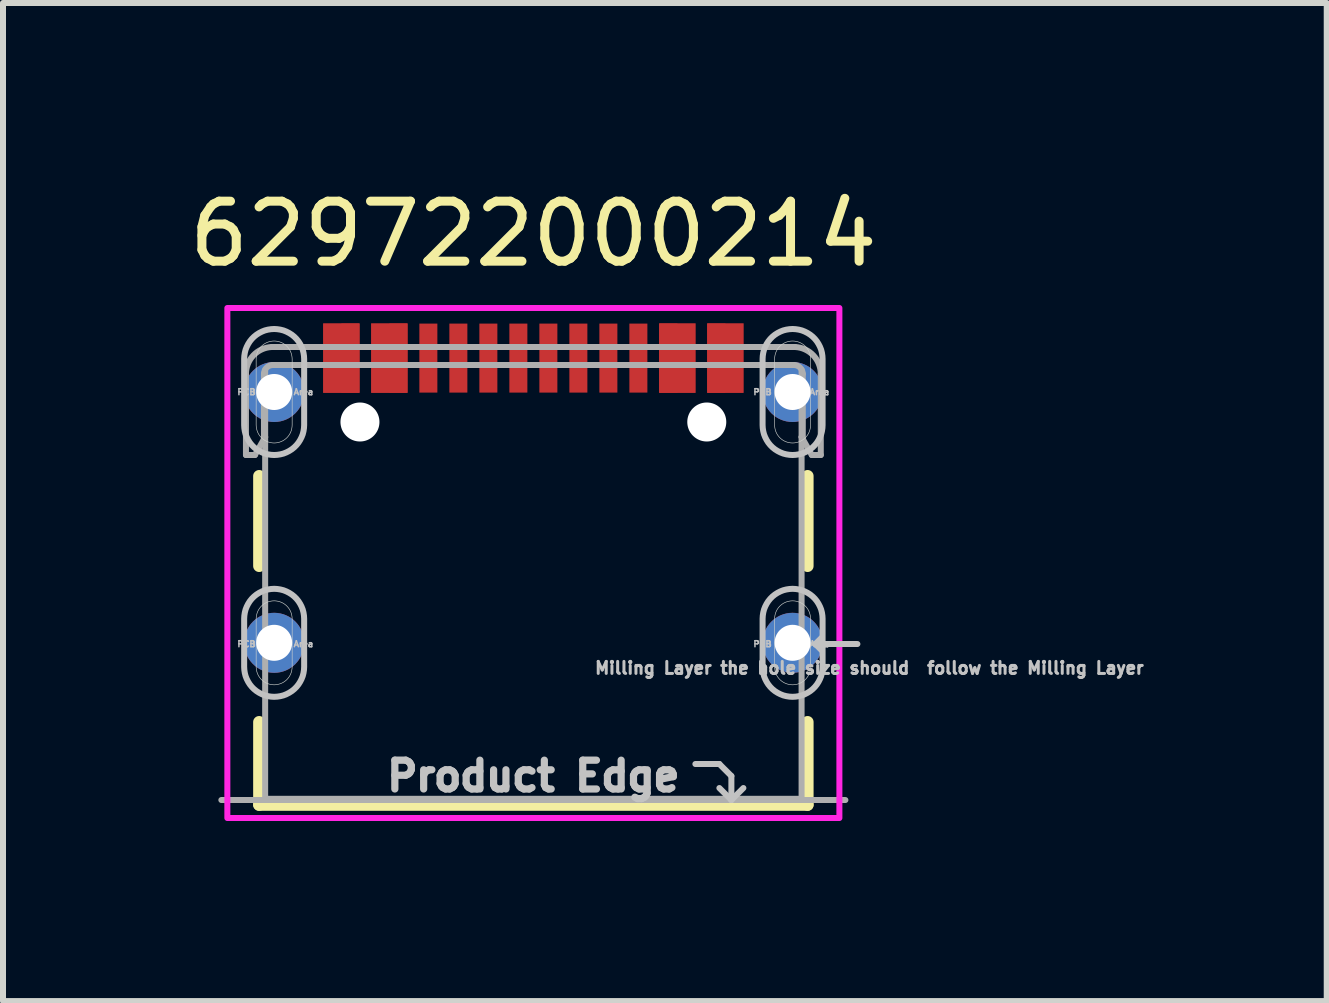
<source format=kicad_pcb>
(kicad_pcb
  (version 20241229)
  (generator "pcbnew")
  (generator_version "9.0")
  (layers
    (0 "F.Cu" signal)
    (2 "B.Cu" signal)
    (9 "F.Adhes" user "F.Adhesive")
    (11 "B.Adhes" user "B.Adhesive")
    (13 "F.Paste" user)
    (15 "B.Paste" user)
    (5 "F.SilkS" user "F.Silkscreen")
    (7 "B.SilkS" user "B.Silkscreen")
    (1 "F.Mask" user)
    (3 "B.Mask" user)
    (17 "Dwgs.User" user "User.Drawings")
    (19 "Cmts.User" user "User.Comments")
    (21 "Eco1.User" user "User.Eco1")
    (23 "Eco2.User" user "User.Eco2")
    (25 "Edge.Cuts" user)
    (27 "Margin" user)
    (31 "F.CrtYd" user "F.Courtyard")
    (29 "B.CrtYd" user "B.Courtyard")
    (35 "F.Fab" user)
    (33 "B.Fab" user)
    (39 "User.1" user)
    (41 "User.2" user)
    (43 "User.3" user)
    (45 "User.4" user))
  (footprint "629722000214"
    (layer "F.Cu")
    (at 5.839 7.663)
    (property "Reference" "629722000214" (at 0 -6.815 0) (layer "F.SilkS") (effects (font (size 1 1) (thickness 0.15))))
    (attr through_hole)
    (fp_poly (pts (xy -3.6 -5.42) (xy -3.6 -4.07) (xy -2.8 -4.07) (xy -2.8 -5.42)) (stroke (width 0.01) (type solid)) (fill yes) (layer "F.Mask"))
    (fp_poly (pts (xy -2.8 -5.42) (xy -2.8 -4.07) (xy -2 -4.07) (xy -2 -5.42)) (stroke (width 0.01) (type solid)) (fill yes) (layer "F.Mask"))
    (fp_poly (pts (xy 2 -5.42) (xy 2 -4.07) (xy 2.8 -4.07) (xy 2.8 -5.42)) (stroke (width 0.01) (type solid)) (fill yes) (layer "F.Mask"))
    (fp_poly (pts (xy 2.8 -5.42) (xy 2.8 -4.07) (xy 3.6 -4.07) (xy 3.6 -5.42)) (stroke (width 0.01) (type solid)) (fill yes) (layer "F.Mask"))
    (fp_poly (pts (xy -3.72 -3.63) (xy -3.723 -3.567) (xy -3.733 -3.505) (xy -3.749 -3.445) (xy -3.772 -3.386) (xy -3.8 -3.33) (xy -3.835 -3.277) (xy -3.874 -3.229) (xy -3.919 -3.184) (xy -3.967 -3.145) (xy -4.02 -3.11) (xy -4.076 -3.082) (xy -4.135 -3.059) (xy -4.195 -3.043) (xy -4.257 -3.033) (xy -4.32 -3.03) (xy -4.383 -3.033) (xy -4.445 -3.043) (xy -4.505 -3.059) (xy -4.564 -3.082) (xy -4.62 -3.11) (xy -4.673 -3.145) (xy -4.721 -3.184) (xy -4.766 -3.229) (xy -4.805 -3.277) (xy -4.84 -3.33) (xy -4.868 -3.386) (xy -4.891 -3.445) (xy -4.907 -3.505) (xy -4.917 -3.567) (xy -4.92 -3.63) (xy -4.92 -4.73) (xy -4.917 -4.793) (xy -4.907 -4.855) (xy -4.891 -4.915) (xy -4.868 -4.974) (xy -4.84 -5.03) (xy -4.805 -5.083) (xy -4.766 -5.131) (xy -4.721 -5.176) (xy -4.673 -5.215) (xy -4.62 -5.25) (xy -4.564 -5.278) (xy -4.505 -5.301) (xy -4.445 -5.317) (xy -4.383 -5.327) (xy -4.32 -5.33) (xy -4.257 -5.327) (xy -4.195 -5.317) (xy -4.135 -5.301) (xy -4.076 -5.278) (xy -4.02 -5.25) (xy -3.967 -5.215) (xy -3.919 -5.176) (xy -3.874 -5.131) (xy -3.835 -5.083) (xy -3.8 -5.03) (xy -3.772 -4.974) (xy -3.749 -4.915) (xy -3.733 -4.855) (xy -3.723 -4.793) (xy -3.72 -4.73) (xy -3.72 -3.63)) (stroke (width 0.1) (type solid)) (fill yes) (layer "F.Mask"))
    (fp_poly (pts (xy -3.72 0.4) (xy -3.723 0.463) (xy -3.733 0.525) (xy -3.749 0.585) (xy -3.772 0.644) (xy -3.8 0.7) (xy -3.835 0.753) (xy -3.874 0.801) (xy -3.919 0.846) (xy -3.967 0.885) (xy -4.02 0.92) (xy -4.076 0.948) (xy -4.135 0.971) (xy -4.195 0.987) (xy -4.257 0.997) (xy -4.32 1) (xy -4.383 0.997) (xy -4.445 0.987) (xy -4.505 0.971) (xy -4.564 0.948) (xy -4.62 0.92) (xy -4.673 0.885) (xy -4.721 0.846) (xy -4.766 0.801) (xy -4.805 0.753) (xy -4.84 0.7) (xy -4.868 0.644) (xy -4.891 0.585) (xy -4.907 0.525) (xy -4.917 0.463) (xy -4.92 0.4) (xy -4.92 -0.4) (xy -4.917 -0.463) (xy -4.907 -0.525) (xy -4.891 -0.585) (xy -4.868 -0.644) (xy -4.84 -0.7) (xy -4.805 -0.753) (xy -4.766 -0.801) (xy -4.721 -0.846) (xy -4.673 -0.885) (xy -4.62 -0.92) (xy -4.564 -0.948) (xy -4.505 -0.971) (xy -4.445 -0.987) (xy -4.383 -0.997) (xy -4.32 -1) (xy -4.257 -0.997) (xy -4.195 -0.987) (xy -4.135 -0.971) (xy -4.076 -0.948) (xy -4.02 -0.92) (xy -3.967 -0.885) (xy -3.919 -0.846) (xy -3.874 -0.801) (xy -3.835 -0.753) (xy -3.8 -0.7) (xy -3.772 -0.644) (xy -3.749 -0.585) (xy -3.733 -0.525) (xy -3.723 -0.463) (xy -3.72 -0.4) (xy -3.72 0.4)) (stroke (width 0.1) (type solid)) (fill yes) (layer "F.Mask"))
    (fp_poly (pts (xy 3.72 -3.63) (xy 3.723 -3.567) (xy 3.733 -3.505) (xy 3.749 -3.445) (xy 3.772 -3.386) (xy 3.8 -3.33) (xy 3.835 -3.277) (xy 3.874 -3.229) (xy 3.919 -3.184) (xy 3.967 -3.145) (xy 4.02 -3.11) (xy 4.076 -3.082) (xy 4.135 -3.059) (xy 4.195 -3.043) (xy 4.257 -3.033) (xy 4.32 -3.03) (xy 4.383 -3.033) (xy 4.445 -3.043) (xy 4.505 -3.059) (xy 4.564 -3.082) (xy 4.62 -3.11) (xy 4.673 -3.145) (xy 4.721 -3.184) (xy 4.766 -3.229) (xy 4.805 -3.277) (xy 4.84 -3.33) (xy 4.868 -3.386) (xy 4.891 -3.445) (xy 4.907 -3.505) (xy 4.917 -3.567) (xy 4.92 -3.63) (xy 4.92 -4.73) (xy 4.917 -4.793) (xy 4.907 -4.855) (xy 4.891 -4.915) (xy 4.868 -4.974) (xy 4.84 -5.03) (xy 4.805 -5.083) (xy 4.766 -5.131) (xy 4.721 -5.176) (xy 4.673 -5.215) (xy 4.62 -5.25) (xy 4.564 -5.278) (xy 4.505 -5.301) (xy 4.445 -5.317) (xy 4.383 -5.327) (xy 4.32 -5.33) (xy 4.257 -5.327) (xy 4.195 -5.317) (xy 4.135 -5.301) (xy 4.076 -5.278) (xy 4.02 -5.25) (xy 3.967 -5.215) (xy 3.919 -5.176) (xy 3.874 -5.131) (xy 3.835 -5.083) (xy 3.8 -5.03) (xy 3.772 -4.974) (xy 3.749 -4.915) (xy 3.733 -4.855) (xy 3.723 -4.793) (xy 3.72 -4.73) (xy 3.72 -3.63)) (stroke (width 0.1) (type solid)) (fill yes) (layer "F.Mask"))
    (fp_poly (pts (xy 3.72 0.4) (xy 3.723 0.463) (xy 3.733 0.525) (xy 3.749 0.585) (xy 3.772 0.644) (xy 3.8 0.7) (xy 3.835 0.753) (xy 3.874 0.801) (xy 3.919 0.846) (xy 3.967 0.885) (xy 4.02 0.92) (xy 4.076 0.948) (xy 4.135 0.971) (xy 4.195 0.987) (xy 4.257 0.997) (xy 4.32 1) (xy 4.383 0.997) (xy 4.445 0.987) (xy 4.505 0.971) (xy 4.564 0.948) (xy 4.62 0.92) (xy 4.673 0.885) (xy 4.721 0.846) (xy 4.766 0.801) (xy 4.805 0.753) (xy 4.84 0.7) (xy 4.868 0.644) (xy 4.891 0.585) (xy 4.907 0.525) (xy 4.917 0.463) (xy 4.92 0.4) (xy 4.92 -0.4) (xy 4.917 -0.463) (xy 4.907 -0.525) (xy 4.891 -0.585) (xy 4.868 -0.644) (xy 4.84 -0.7) (xy 4.805 -0.753) (xy 4.766 -0.801) (xy 4.721 -0.846) (xy 4.673 -0.885) (xy 4.62 -0.92) (xy 4.564 -0.948) (xy 4.505 -0.971) (xy 4.445 -0.987) (xy 4.383 -0.997) (xy 4.32 -1) (xy 4.257 -0.997) (xy 4.195 -0.987) (xy 4.135 -0.971) (xy 4.076 -0.948) (xy 4.02 -0.92) (xy 3.967 -0.885) (xy 3.919 -0.846) (xy 3.874 -0.801) (xy 3.835 -0.753) (xy 3.8 -0.7) (xy 3.772 -0.644) (xy 3.749 -0.585) (xy 3.733 -0.525) (xy 3.723 -0.463) (xy 3.72 -0.4) (xy 3.72 0.4)) (stroke (width 0.1) (type solid)) (fill yes) (layer "F.Mask"))
    (fp_poly (pts (xy -3.72 -3.63) (xy -3.723 -3.567) (xy -3.733 -3.505) (xy -3.749 -3.445) (xy -3.772 -3.386) (xy -3.8 -3.33) (xy -3.835 -3.277) (xy -3.874 -3.229) (xy -3.919 -3.184) (xy -3.967 -3.145) (xy -4.02 -3.11) (xy -4.076 -3.082) (xy -4.135 -3.059) (xy -4.195 -3.043) (xy -4.257 -3.033) (xy -4.32 -3.03) (xy -4.383 -3.033) (xy -4.445 -3.043) (xy -4.505 -3.059) (xy -4.564 -3.082) (xy -4.62 -3.11) (xy -4.673 -3.145) (xy -4.721 -3.184) (xy -4.766 -3.229) (xy -4.805 -3.277) (xy -4.84 -3.33) (xy -4.868 -3.386) (xy -4.891 -3.445) (xy -4.907 -3.505) (xy -4.917 -3.567) (xy -4.92 -3.63) (xy -4.92 -4.73) (xy -4.917 -4.793) (xy -4.907 -4.855) (xy -4.891 -4.915) (xy -4.868 -4.974) (xy -4.84 -5.03) (xy -4.805 -5.083) (xy -4.766 -5.131) (xy -4.721 -5.176) (xy -4.673 -5.215) (xy -4.62 -5.25) (xy -4.564 -5.278) (xy -4.505 -5.301) (xy -4.445 -5.317) (xy -4.383 -5.327) (xy -4.32 -5.33) (xy -4.257 -5.327) (xy -4.195 -5.317) (xy -4.135 -5.301) (xy -4.076 -5.278) (xy -4.02 -5.25) (xy -3.967 -5.215) (xy -3.919 -5.176) (xy -3.874 -5.131) (xy -3.835 -5.083) (xy -3.8 -5.03) (xy -3.772 -4.974) (xy -3.749 -4.915) (xy -3.733 -4.855) (xy -3.723 -4.793) (xy -3.72 -4.73) (xy -3.72 -3.63)) (stroke (width 0.1) (type solid)) (fill yes) (layer "B.Mask"))
    (fp_poly (pts (xy -3.72 0.4) (xy -3.723 0.463) (xy -3.733 0.525) (xy -3.749 0.585) (xy -3.772 0.644) (xy -3.8 0.7) (xy -3.835 0.753) (xy -3.874 0.801) (xy -3.919 0.846) (xy -3.967 0.885) (xy -4.02 0.92) (xy -4.076 0.948) (xy -4.135 0.971) (xy -4.195 0.987) (xy -4.257 0.997) (xy -4.32 1) (xy -4.383 0.997) (xy -4.445 0.987) (xy -4.505 0.971) (xy -4.564 0.948) (xy -4.62 0.92) (xy -4.673 0.885) (xy -4.721 0.846) (xy -4.766 0.801) (xy -4.805 0.753) (xy -4.84 0.7) (xy -4.868 0.644) (xy -4.891 0.585) (xy -4.907 0.525) (xy -4.917 0.463) (xy -4.92 0.4) (xy -4.92 -0.4) (xy -4.917 -0.463) (xy -4.907 -0.525) (xy -4.891 -0.585) (xy -4.868 -0.644) (xy -4.84 -0.7) (xy -4.805 -0.753) (xy -4.766 -0.801) (xy -4.721 -0.846) (xy -4.673 -0.885) (xy -4.62 -0.92) (xy -4.564 -0.948) (xy -4.505 -0.971) (xy -4.445 -0.987) (xy -4.383 -0.997) (xy -4.32 -1) (xy -4.257 -0.997) (xy -4.195 -0.987) (xy -4.135 -0.971) (xy -4.076 -0.948) (xy -4.02 -0.92) (xy -3.967 -0.885) (xy -3.919 -0.846) (xy -3.874 -0.801) (xy -3.835 -0.753) (xy -3.8 -0.7) (xy -3.772 -0.644) (xy -3.749 -0.585) (xy -3.733 -0.525) (xy -3.723 -0.463) (xy -3.72 -0.4) (xy -3.72 0.4)) (stroke (width 0.1) (type solid)) (fill yes) (layer "B.Mask"))
    (fp_poly (pts (xy 3.72 -3.63) (xy 3.723 -3.567) (xy 3.733 -3.505) (xy 3.749 -3.445) (xy 3.772 -3.386) (xy 3.8 -3.33) (xy 3.835 -3.277) (xy 3.874 -3.229) (xy 3.919 -3.184) (xy 3.967 -3.145) (xy 4.02 -3.11) (xy 4.076 -3.082) (xy 4.135 -3.059) (xy 4.195 -3.043) (xy 4.257 -3.033) (xy 4.32 -3.03) (xy 4.383 -3.033) (xy 4.445 -3.043) (xy 4.505 -3.059) (xy 4.564 -3.082) (xy 4.62 -3.11) (xy 4.673 -3.145) (xy 4.721 -3.184) (xy 4.766 -3.229) (xy 4.805 -3.277) (xy 4.84 -3.33) (xy 4.868 -3.386) (xy 4.891 -3.445) (xy 4.907 -3.505) (xy 4.917 -3.567) (xy 4.92 -3.63) (xy 4.92 -4.73) (xy 4.917 -4.793) (xy 4.907 -4.855) (xy 4.891 -4.915) (xy 4.868 -4.974) (xy 4.84 -5.03) (xy 4.805 -5.083) (xy 4.766 -5.131) (xy 4.721 -5.176) (xy 4.673 -5.215) (xy 4.62 -5.25) (xy 4.564 -5.278) (xy 4.505 -5.301) (xy 4.445 -5.317) (xy 4.383 -5.327) (xy 4.32 -5.33) (xy 4.257 -5.327) (xy 4.195 -5.317) (xy 4.135 -5.301) (xy 4.076 -5.278) (xy 4.02 -5.25) (xy 3.967 -5.215) (xy 3.919 -5.176) (xy 3.874 -5.131) (xy 3.835 -5.083) (xy 3.8 -5.03) (xy 3.772 -4.974) (xy 3.749 -4.915) (xy 3.733 -4.855) (xy 3.723 -4.793) (xy 3.72 -4.73) (xy 3.72 -3.63)) (stroke (width 0.1) (type solid)) (fill yes) (layer "B.Mask"))
    (fp_poly (pts (xy 3.72 0.4) (xy 3.723 0.463) (xy 3.733 0.525) (xy 3.749 0.585) (xy 3.772 0.644) (xy 3.8 0.7) (xy 3.835 0.753) (xy 3.874 0.801) (xy 3.919 0.846) (xy 3.967 0.885) (xy 4.02 0.92) (xy 4.076 0.948) (xy 4.135 0.971) (xy 4.195 0.987) (xy 4.257 0.997) (xy 4.32 1) (xy 4.383 0.997) (xy 4.445 0.987) (xy 4.505 0.971) (xy 4.564 0.948) (xy 4.62 0.92) (xy 4.673 0.885) (xy 4.721 0.846) (xy 4.766 0.801) (xy 4.805 0.753) (xy 4.84 0.7) (xy 4.868 0.644) (xy 4.891 0.585) (xy 4.907 0.525) (xy 4.917 0.463) (xy 4.92 0.4) (xy 4.92 -0.4) (xy 4.917 -0.463) (xy 4.907 -0.525) (xy 4.891 -0.585) (xy 4.868 -0.644) (xy 4.84 -0.7) (xy 4.805 -0.753) (xy 4.766 -0.801) (xy 4.721 -0.846) (xy 4.673 -0.885) (xy 4.62 -0.92) (xy 4.564 -0.948) (xy 4.505 -0.971) (xy 4.445 -0.987) (xy 4.383 -0.997) (xy 4.32 -1) (xy 4.257 -0.997) (xy 4.195 -0.987) (xy 4.135 -0.971) (xy 4.076 -0.948) (xy 4.02 -0.92) (xy 3.967 -0.885) (xy 3.919 -0.846) (xy 3.874 -0.801) (xy 3.835 -0.753) (xy 3.8 -0.7) (xy 3.772 -0.644) (xy 3.749 -0.585) (xy 3.733 -0.525) (xy 3.723 -0.463) (xy 3.72 -0.4) (xy 3.72 0.4)) (stroke (width 0.1) (type solid)) (fill yes) (layer "B.Mask"))
    (fp_line (start -4.57 -2.78) (end -4.57 -1.28) (stroke (width 0.2) (type solid)) (layer "F.SilkS"))
    (fp_line (start -4.57 1.32) (end -4.57 2.7) (stroke (width 0.2) (type solid)) (layer "F.SilkS"))
    (fp_line (start -4.57 2.7) (end 4.57 2.7) (stroke (width 0.2) (type solid)) (layer "F.SilkS"))
    (fp_line (start 4.57 -1.28) (end 4.57 -2.78) (stroke (width 0.2) (type solid)) (layer "F.SilkS"))
    (fp_line (start 4.57 2.7) (end 4.57 1.32) (stroke (width 0.2) (type solid)) (layer "F.SilkS"))
    (fp_poly (pts (xy -3.5 -5.32) (xy -3.5 -4.17) (xy -2.9 -4.17) (xy -2.9 -5.32)) (stroke (width 0.01) (type solid)) (fill yes) (layer "F.Paste"))
    (fp_poly (pts (xy -2.7 -5.32) (xy -2.7 -4.17) (xy -2.1 -4.17) (xy -2.1 -5.32)) (stroke (width 0.01) (type solid)) (fill yes) (layer "F.Paste"))
    (fp_poly (pts (xy 2.1 -5.32) (xy 2.1 -4.17) (xy 2.7 -4.17) (xy 2.7 -5.32)) (stroke (width 0.01) (type solid)) (fill yes) (layer "F.Paste"))
    (fp_poly (pts (xy 2.9 -5.32) (xy 2.9 -4.17) (xy 3.5 -4.17) (xy 3.5 -5.32)) (stroke (width 0.01) (type solid)) (fill yes) (layer "F.Paste"))
    (fp_line (start 2.7 2.02) (end 3.1 2.02) (stroke (width 0.1) (type solid)) (layer "Dwgs.User"))
    (fp_line (start 3.1 2.02) (end 3.3 2.22) (stroke (width 0.1) (type solid)) (layer "Dwgs.User"))
    (fp_line (start 3.3 2.22) (end 3.3 2.62) (stroke (width 0.1) (type solid)) (layer "Dwgs.User"))
    (fp_line (start 3.3 2.62) (end 3.1 2.42) (stroke (width 0.1) (type solid)) (layer "Dwgs.User"))
    (fp_line (start 3.3 2.62) (end 3.5 2.42) (stroke (width 0.1) (type solid)) (layer "Dwgs.User"))
    (fp_line (start 4.7 0.02) (end 4.8 -0.08) (stroke (width 0.1) (type solid)) (layer "Dwgs.User"))
    (fp_line (start 4.7 0.02) (end 4.8 0.12) (stroke (width 0.1) (type solid)) (layer "Dwgs.User"))
    (fp_line (start 5.4 0.02) (end 4.7 0.02) (stroke (width 0.1) (type solid)) (layer "Dwgs.User"))
    (fp_poly (pts (xy -3.82 -3.63) (xy -3.823 -3.578) (xy -3.831 -3.526) (xy -3.844 -3.475) (xy -3.863 -3.427) (xy -3.887 -3.38) (xy -3.915 -3.336) (xy -3.948 -3.295) (xy -3.985 -3.258) (xy -4.026 -3.225) (xy -4.07 -3.197) (xy -4.117 -3.173) (xy -4.165 -3.154) (xy -4.216 -3.141) (xy -4.268 -3.133) (xy -4.32 -3.13) (xy -4.372 -3.133) (xy -4.424 -3.141) (xy -4.475 -3.154) (xy -4.523 -3.173) (xy -4.57 -3.197) (xy -4.614 -3.225) (xy -4.655 -3.258) (xy -4.692 -3.295) (xy -4.725 -3.336) (xy -4.753 -3.38) (xy -4.777 -3.427) (xy -4.796 -3.475) (xy -4.809 -3.526) (xy -4.817 -3.578) (xy -4.82 -3.63) (xy -4.82 -4.73) (xy -4.817 -4.782) (xy -4.809 -4.834) (xy -4.796 -4.885) (xy -4.777 -4.933) (xy -4.753 -4.98) (xy -4.725 -5.024) (xy -4.692 -5.065) (xy -4.655 -5.102) (xy -4.614 -5.135) (xy -4.57 -5.163) (xy -4.523 -5.187) (xy -4.475 -5.206) (xy -4.424 -5.219) (xy -4.372 -5.227) (xy -4.32 -5.23) (xy -4.268 -5.227) (xy -4.216 -5.219) (xy -4.165 -5.206) (xy -4.117 -5.187) (xy -4.07 -5.163) (xy -4.026 -5.135) (xy -3.985 -5.102) (xy -3.948 -5.065) (xy -3.915 -5.024) (xy -3.887 -4.98) (xy -3.863 -4.933) (xy -3.844 -4.885) (xy -3.831 -4.834) (xy -3.823 -4.782) (xy -3.82 -4.73) (xy -3.82 -3.63)) (stroke (width 0.1) (type solid)) (fill no) (layer "Dwgs.User"))
    (fp_poly (pts (xy -3.82 0.4) (xy -3.823 0.452) (xy -3.831 0.504) (xy -3.844 0.555) (xy -3.863 0.603) (xy -3.887 0.65) (xy -3.915 0.694) (xy -3.948 0.735) (xy -3.985 0.772) (xy -4.026 0.805) (xy -4.07 0.833) (xy -4.117 0.857) (xy -4.165 0.876) (xy -4.216 0.889) (xy -4.268 0.897) (xy -4.32 0.9) (xy -4.372 0.897) (xy -4.424 0.889) (xy -4.475 0.876) (xy -4.523 0.857) (xy -4.57 0.833) (xy -4.614 0.805) (xy -4.655 0.772) (xy -4.692 0.735) (xy -4.725 0.694) (xy -4.753 0.65) (xy -4.777 0.603) (xy -4.796 0.555) (xy -4.809 0.504) (xy -4.817 0.452) (xy -4.82 0.4) (xy -4.82 -0.4) (xy -4.817 -0.452) (xy -4.809 -0.504) (xy -4.796 -0.555) (xy -4.777 -0.603) (xy -4.753 -0.65) (xy -4.725 -0.694) (xy -4.692 -0.735) (xy -4.655 -0.772) (xy -4.614 -0.805) (xy -4.57 -0.833) (xy -4.523 -0.857) (xy -4.475 -0.876) (xy -4.424 -0.889) (xy -4.372 -0.897) (xy -4.32 -0.9) (xy -4.268 -0.897) (xy -4.216 -0.889) (xy -4.165 -0.876) (xy -4.117 -0.857) (xy -4.07 -0.833) (xy -4.026 -0.805) (xy -3.985 -0.772) (xy -3.948 -0.735) (xy -3.915 -0.694) (xy -3.887 -0.65) (xy -3.863 -0.603) (xy -3.844 -0.555) (xy -3.831 -0.504) (xy -3.823 -0.452) (xy -3.82 -0.4) (xy -3.82 0.4)) (stroke (width 0.1) (type solid)) (fill no) (layer "Dwgs.User"))
    (fp_poly (pts (xy 3.82 -3.63) (xy 3.823 -3.578) (xy 3.831 -3.526) (xy 3.844 -3.475) (xy 3.863 -3.427) (xy 3.887 -3.38) (xy 3.915 -3.336) (xy 3.948 -3.295) (xy 3.985 -3.258) (xy 4.026 -3.225) (xy 4.07 -3.197) (xy 4.117 -3.173) (xy 4.165 -3.154) (xy 4.216 -3.141) (xy 4.268 -3.133) (xy 4.32 -3.13) (xy 4.372 -3.133) (xy 4.424 -3.141) (xy 4.475 -3.154) (xy 4.523 -3.173) (xy 4.57 -3.197) (xy 4.614 -3.225) (xy 4.655 -3.258) (xy 4.692 -3.295) (xy 4.725 -3.336) (xy 4.753 -3.38) (xy 4.777 -3.427) (xy 4.796 -3.475) (xy 4.809 -3.526) (xy 4.817 -3.578) (xy 4.82 -3.63) (xy 4.82 -4.73) (xy 4.817 -4.782) (xy 4.809 -4.834) (xy 4.796 -4.885) (xy 4.777 -4.933) (xy 4.753 -4.98) (xy 4.725 -5.024) (xy 4.692 -5.065) (xy 4.655 -5.102) (xy 4.614 -5.135) (xy 4.57 -5.163) (xy 4.523 -5.187) (xy 4.475 -5.206) (xy 4.424 -5.219) (xy 4.372 -5.227) (xy 4.32 -5.23) (xy 4.268 -5.227) (xy 4.216 -5.219) (xy 4.165 -5.206) (xy 4.117 -5.187) (xy 4.07 -5.163) (xy 4.026 -5.135) (xy 3.985 -5.102) (xy 3.948 -5.065) (xy 3.915 -5.024) (xy 3.887 -4.98) (xy 3.863 -4.933) (xy 3.844 -4.885) (xy 3.831 -4.834) (xy 3.823 -4.782) (xy 3.82 -4.73) (xy 3.82 -3.63)) (stroke (width 0.1) (type solid)) (fill no) (layer "Dwgs.User"))
    (fp_poly (pts (xy 3.82 0.4) (xy 3.823 0.452) (xy 3.831 0.504) (xy 3.844 0.555) (xy 3.863 0.603) (xy 3.887 0.65) (xy 3.915 0.694) (xy 3.948 0.735) (xy 3.985 0.772) (xy 4.026 0.805) (xy 4.07 0.833) (xy 4.117 0.857) (xy 4.165 0.876) (xy 4.216 0.889) (xy 4.268 0.897) (xy 4.32 0.9) (xy 4.372 0.897) (xy 4.424 0.889) (xy 4.475 0.876) (xy 4.523 0.857) (xy 4.57 0.833) (xy 4.614 0.805) (xy 4.655 0.772) (xy 4.692 0.735) (xy 4.725 0.694) (xy 4.753 0.65) (xy 4.777 0.603) (xy 4.796 0.555) (xy 4.809 0.504) (xy 4.817 0.452) (xy 4.82 0.4) (xy 4.82 -0.4) (xy 4.817 -0.452) (xy 4.809 -0.504) (xy 4.796 -0.555) (xy 4.777 -0.603) (xy 4.753 -0.65) (xy 4.725 -0.694) (xy 4.692 -0.735) (xy 4.655 -0.772) (xy 4.614 -0.805) (xy 4.57 -0.833) (xy 4.523 -0.857) (xy 4.475 -0.876) (xy 4.424 -0.889) (xy 4.372 -0.897) (xy 4.32 -0.9) (xy 4.268 -0.897) (xy 4.216 -0.889) (xy 4.165 -0.876) (xy 4.117 -0.857) (xy 4.07 -0.833) (xy 4.026 -0.805) (xy 3.985 -0.772) (xy 3.948 -0.735) (xy 3.915 -0.694) (xy 3.887 -0.65) (xy 3.863 -0.603) (xy 3.844 -0.555) (xy 3.831 -0.504) (xy 3.823 -0.452) (xy 3.82 -0.4) (xy 3.82 0.4)) (stroke (width 0.1) (type solid)) (fill no) (layer "Dwgs.User"))
    (fp_poly (pts (xy -4.02 -3.63) (xy -4.022 -3.599) (xy -4.027 -3.568) (xy -4.035 -3.537) (xy -4.046 -3.508) (xy -4.06 -3.48) (xy -4.077 -3.454) (xy -4.097 -3.429) (xy -4.119 -3.407) (xy -4.144 -3.387) (xy -4.17 -3.37) (xy -4.198 -3.356) (xy -4.227 -3.345) (xy -4.258 -3.337) (xy -4.289 -3.332) (xy -4.32 -3.33) (xy -4.351 -3.332) (xy -4.382 -3.337) (xy -4.413 -3.345) (xy -4.442 -3.356) (xy -4.47 -3.37) (xy -4.496 -3.387) (xy -4.521 -3.407) (xy -4.543 -3.429) (xy -4.563 -3.454) (xy -4.58 -3.48) (xy -4.594 -3.508) (xy -4.605 -3.537) (xy -4.613 -3.568) (xy -4.618 -3.599) (xy -4.62 -3.63) (xy -4.62 -4.73) (xy -4.618 -4.761) (xy -4.613 -4.792) (xy -4.605 -4.823) (xy -4.594 -4.852) (xy -4.58 -4.88) (xy -4.563 -4.906) (xy -4.543 -4.931) (xy -4.521 -4.953) (xy -4.496 -4.973) (xy -4.47 -4.99) (xy -4.442 -5.004) (xy -4.413 -5.015) (xy -4.382 -5.023) (xy -4.351 -5.028) (xy -4.32 -5.03) (xy -4.289 -5.028) (xy -4.258 -5.023) (xy -4.227 -5.015) (xy -4.198 -5.004) (xy -4.17 -4.99) (xy -4.144 -4.973) (xy -4.119 -4.953) (xy -4.097 -4.931) (xy -4.077 -4.906) (xy -4.06 -4.88) (xy -4.046 -4.852) (xy -4.035 -4.823) (xy -4.027 -4.792) (xy -4.022 -4.761) (xy -4.02 -4.73) (xy -4.02 -3.63)) (stroke (width 0.01) (type solid)) (fill no) (layer "Edge.Cuts"))
    (fp_poly (pts (xy -4.02 0.4) (xy -4.022 0.431) (xy -4.027 0.462) (xy -4.035 0.493) (xy -4.046 0.522) (xy -4.06 0.55) (xy -4.077 0.576) (xy -4.097 0.601) (xy -4.119 0.623) (xy -4.144 0.643) (xy -4.17 0.66) (xy -4.198 0.674) (xy -4.227 0.685) (xy -4.258 0.693) (xy -4.289 0.698) (xy -4.32 0.7) (xy -4.351 0.698) (xy -4.382 0.693) (xy -4.413 0.685) (xy -4.442 0.674) (xy -4.47 0.66) (xy -4.496 0.643) (xy -4.521 0.623) (xy -4.543 0.601) (xy -4.563 0.576) (xy -4.58 0.55) (xy -4.594 0.522) (xy -4.605 0.493) (xy -4.613 0.462) (xy -4.618 0.431) (xy -4.62 0.4) (xy -4.62 -0.4) (xy -4.618 -0.431) (xy -4.613 -0.462) (xy -4.605 -0.493) (xy -4.594 -0.522) (xy -4.58 -0.55) (xy -4.563 -0.576) (xy -4.543 -0.601) (xy -4.521 -0.623) (xy -4.496 -0.643) (xy -4.47 -0.66) (xy -4.442 -0.674) (xy -4.413 -0.685) (xy -4.382 -0.693) (xy -4.351 -0.698) (xy -4.32 -0.7) (xy -4.289 -0.698) (xy -4.258 -0.693) (xy -4.227 -0.685) (xy -4.198 -0.674) (xy -4.17 -0.66) (xy -4.144 -0.643) (xy -4.119 -0.623) (xy -4.097 -0.601) (xy -4.077 -0.576) (xy -4.06 -0.55) (xy -4.046 -0.522) (xy -4.035 -0.493) (xy -4.027 -0.462) (xy -4.022 -0.431) (xy -4.02 -0.4) (xy -4.02 0.4)) (stroke (width 0.01) (type solid)) (fill no) (layer "Edge.Cuts"))
    (fp_poly (pts (xy 4.02 -3.63) (xy 4.022 -3.599) (xy 4.027 -3.568) (xy 4.035 -3.537) (xy 4.046 -3.508) (xy 4.06 -3.48) (xy 4.077 -3.454) (xy 4.097 -3.429) (xy 4.119 -3.407) (xy 4.144 -3.387) (xy 4.17 -3.37) (xy 4.198 -3.356) (xy 4.227 -3.345) (xy 4.258 -3.337) (xy 4.289 -3.332) (xy 4.32 -3.33) (xy 4.351 -3.332) (xy 4.382 -3.337) (xy 4.413 -3.345) (xy 4.442 -3.356) (xy 4.47 -3.37) (xy 4.496 -3.387) (xy 4.521 -3.407) (xy 4.543 -3.429) (xy 4.563 -3.454) (xy 4.58 -3.48) (xy 4.594 -3.508) (xy 4.605 -3.537) (xy 4.613 -3.568) (xy 4.618 -3.599) (xy 4.62 -3.63) (xy 4.62 -4.73) (xy 4.618 -4.761) (xy 4.613 -4.792) (xy 4.605 -4.823) (xy 4.594 -4.852) (xy 4.58 -4.88) (xy 4.563 -4.906) (xy 4.543 -4.931) (xy 4.521 -4.953) (xy 4.496 -4.973) (xy 4.47 -4.99) (xy 4.442 -5.004) (xy 4.413 -5.015) (xy 4.382 -5.023) (xy 4.351 -5.028) (xy 4.32 -5.03) (xy 4.289 -5.028) (xy 4.258 -5.023) (xy 4.227 -5.015) (xy 4.198 -5.004) (xy 4.17 -4.99) (xy 4.144 -4.973) (xy 4.119 -4.953) (xy 4.097 -4.931) (xy 4.077 -4.906) (xy 4.06 -4.88) (xy 4.046 -4.852) (xy 4.035 -4.823) (xy 4.027 -4.792) (xy 4.022 -4.761) (xy 4.02 -4.73) (xy 4.02 -3.63)) (stroke (width 0.01) (type solid)) (fill no) (layer "Edge.Cuts"))
    (fp_poly (pts (xy 4.02 0.4) (xy 4.022 0.431) (xy 4.027 0.462) (xy 4.035 0.493) (xy 4.046 0.522) (xy 4.06 0.55) (xy 4.077 0.576) (xy 4.097 0.601) (xy 4.119 0.623) (xy 4.144 0.643) (xy 4.17 0.66) (xy 4.198 0.674) (xy 4.227 0.685) (xy 4.258 0.693) (xy 4.289 0.698) (xy 4.32 0.7) (xy 4.351 0.698) (xy 4.382 0.693) (xy 4.413 0.685) (xy 4.442 0.674) (xy 4.47 0.66) (xy 4.496 0.643) (xy 4.521 0.623) (xy 4.543 0.601) (xy 4.563 0.576) (xy 4.58 0.55) (xy 4.594 0.522) (xy 4.605 0.493) (xy 4.613 0.462) (xy 4.618 0.431) (xy 4.62 0.4) (xy 4.62 -0.4) (xy 4.618 -0.431) (xy 4.613 -0.462) (xy 4.605 -0.493) (xy 4.594 -0.522) (xy 4.58 -0.55) (xy 4.563 -0.576) (xy 4.543 -0.601) (xy 4.521 -0.623) (xy 4.496 -0.643) (xy 4.47 -0.66) (xy 4.442 -0.674) (xy 4.413 -0.685) (xy 4.382 -0.693) (xy 4.351 -0.698) (xy 4.32 -0.7) (xy 4.289 -0.698) (xy 4.258 -0.693) (xy 4.227 -0.685) (xy 4.198 -0.674) (xy 4.17 -0.66) (xy 4.144 -0.643) (xy 4.119 -0.623) (xy 4.097 -0.601) (xy 4.077 -0.576) (xy 4.06 -0.55) (xy 4.046 -0.522) (xy 4.035 -0.493) (xy 4.027 -0.462) (xy 4.022 -0.431) (xy 4.02 -0.4) (xy 4.02 0.4)) (stroke (width 0.01) (type solid)) (fill no) (layer "Edge.Cuts"))
    (fp_poly (pts (xy -5.1 -5.58) (xy -5.1 2.92) (xy 5.1 2.92) (xy 5.1 -5.58)) (stroke (width 0.1) (type solid)) (fill no) (layer "F.CrtYd"))
    (fp_line (start -5.2 2.62) (end 5.2 2.62) (stroke (width 0.1) (type solid)) (layer "F.Fab"))
    (fp_line (start -4.79 -4.48) (end -4.79 -3.13) (stroke (width 0.1) (type solid)) (layer "F.Fab"))
    (fp_line (start -4.79 -3.13) (end -4.64 -3.13) (stroke (width 0.1) (type solid)) (layer "F.Fab"))
    (fp_line (start -4.64 -3.13) (end -4.47 -3.43) (stroke (width 0.1) (type solid)) (layer "F.Fab"))
    (fp_line (start -4.49 -4.48) (end -4.49 -3.395) (stroke (width 0.1) (type solid)) (layer "F.Fab"))
    (fp_line (start -4.47 -4.55) (end -4.47 -3.43) (stroke (width 0.1) (type solid)) (layer "F.Fab"))
    (fp_line (start -4.47 -3.43) (end -4.47 2.6) (stroke (width 0.1) (type solid)) (layer "F.Fab"))
    (fp_line (start -4.47 2.6) (end 4.47 2.6) (stroke (width 0.1) (type solid)) (layer "F.Fab"))
    (fp_line (start -4.34 -4.63) (end 4.34 -4.63) (stroke (width 0.1) (type solid)) (layer "F.Fab"))
    (fp_line (start 4.36 -4.93) (end -4.36 -4.93) (stroke (width 0.1) (type solid)) (layer "F.Fab"))
    (fp_line (start 4.47 -4.55) (end 4.47 -3.43) (stroke (width 0.1) (type solid)) (layer "F.Fab"))
    (fp_line (start 4.47 -3.43) (end 4.47 2.6) (stroke (width 0.1) (type solid)) (layer "F.Fab"))
    (fp_line (start 4.49 -4.48) (end 4.49 -3.395) (stroke (width 0.1) (type solid)) (layer "F.Fab"))
    (fp_line (start 4.64 -3.13) (end 4.47 -3.43) (stroke (width 0.1) (type solid)) (layer "F.Fab"))
    (fp_line (start 4.79 -4.48) (end 4.79 -3.13) (stroke (width 0.1) (type solid)) (layer "F.Fab"))
    (fp_line (start 4.79 -3.13) (end 4.64 -3.13) (stroke (width 0.1) (type solid)) (layer "F.Fab"))
    (fp_arc (start -4.79 -4.48) (mid -4.665284 -4.791272) (end -4.36 -4.93) (stroke (width 0.1) (type solid)) (layer "F.Fab"))
    (fp_arc (start -4.49 -4.48) (mid -4.446066 -4.586066) (end -4.34 -4.63) (stroke (width 0.1) (type solid)) (layer "F.Fab"))
    (fp_arc (start 4.34 -4.63) (mid 4.446066 -4.586066) (end 4.49 -4.48) (stroke (width 0.1) (type solid)) (layer "F.Fab"))
    (fp_arc (start 4.36 -4.93) (mid 4.665284 -4.791272) (end 4.79 -4.48) (stroke (width 0.1) (type solid)) (layer "F.Fab"))
    (fp_text user "PCB Cutout Area" (at 4.3 -4.18 0) (layer "Dwgs.User") (effects (font (size 0.1 0.1) (thickness 0.15))))
    (fp_text user "Product Edge" (at 0 2.22 0) (layer "Dwgs.User") (effects (font (size 0.48 0.48) (thickness 0.15))))
    (fp_text user "Milling Layer the hole size should  follow the Milling Layer" (at 5.6 0.42 0) (layer "Dwgs.User") (effects (font (size 0.2 0.2) (thickness 0.15))))
    (fp_text user "PCB Cutout Area" (at 4.3 0.02 0) (layer "Dwgs.User") (effects (font (size 0.1 0.1) (thickness 0.15))))
    (fp_text user "PCB Cutout Area" (at -4.3 -4.18 0) (layer "Dwgs.User") (effects (font (size 0.1 0.1) (thickness 0.15))))
    (fp_text user "PCB Cutout Area" (at -4.3 0.02 0) (layer "Dwgs.User") (effects (font (size 0.1 0.1) (thickness 0.15))))
    (fp_text user "PCB Cutout Area" (at 4.3 0.02 0) (layer "Edge.Cuts") (effects (font (size 0.1 0.1) (thickness 0.15))))
    (fp_text user "PCB Cutout Area" (at 4.3 -4.18 0) (layer "Edge.Cuts") (effects (font (size 0.1 0.1) (thickness 0.15))))
    (fp_text user "PCB Cutout Area" (at -4.3 0.02 0) (layer "Edge.Cuts") (effects (font (size 0.1 0.1) (thickness 0.15))))
    (fp_text user "PCB Cutout Area" (at -4.3 -4.18 0) (layer "Edge.Cuts") (effects (font (size 0.1 0.1) (thickness 0.15))))
    (pad "" np_thru_hole circle (at -2.89 -3.68) (size 0.65 0.65) (drill 0.65) (layers "*.Cu" "*.Mask"))
    (pad "" np_thru_hole circle (at 2.89 -3.68) (size 0.65 0.65) (drill 0.65) (layers "*.Cu" "*.Mask"))
    (pad "A1" smd custom (at -3.35 -4.745) (size 0.3 1.15) (layers "F.Cu") (options (anchor rect)) (primitives (gr_poly (pts (xy -0.15 -0.575) (xy -0.15 0.575) (xy 0.45 0.575) (xy 0.45 -0.575)) (width 0.01) (fill yes))))
    (pad "A4" smd custom (at -2.55 -4.745) (size 0.3 1.15) (layers "F.Cu") (options (anchor rect)) (primitives (gr_poly (pts (xy -0.15 -0.575) (xy -0.15 0.575) (xy 0.45 0.575) (xy 0.45 -0.575)) (width 0.01) (fill yes))))
    (pad "A5" smd rect (at -1.25 -4.745) (size 0.3 1.15) (layers "F.Cu" "F.Mask" "F.Paste"))
    (pad "A6" smd rect (at -0.25 -4.745) (size 0.3 1.15) (layers "F.Cu" "F.Mask" "F.Paste"))
    (pad "A7" smd rect (at 0.25 -4.745) (size 0.3 1.15) (layers "F.Cu" "F.Mask" "F.Paste"))
    (pad "A8" smd rect (at 1.25 -4.745) (size 0.3 1.15) (layers "F.Cu" "F.Mask" "F.Paste"))
    (pad "A9" smd custom (at 2.55 -4.745) (size 0.3 1.15) (layers "F.Cu") (options (anchor rect)) (primitives (gr_poly (pts (xy -0.45 -0.575) (xy -0.45 0.575) (xy 0.15 0.575) (xy 0.15 -0.575)) (width 0.01) (fill yes))))
    (pad "A12" smd custom (at 3.35 -4.745) (size 0.3 1.15) (layers "F.Cu") (options (anchor rect)) (primitives (gr_poly (pts (xy -0.45 -0.575) (xy -0.45 0.575) (xy 0.15 0.575) (xy 0.15 -0.575)) (width 0.01) (fill yes))))
    (pad "B1" smd rect (at 3.05 -4.745) (size 0.3 1.15) (layers "F.Cu"))
    (pad "B4" smd rect (at 2.25 -4.745) (size 0.3 1.15) (layers "F.Cu"))
    (pad "B5" smd rect (at 1.75 -4.745) (size 0.3 1.15) (layers "F.Cu" "F.Mask" "F.Paste"))
    (pad "B6" smd rect (at 0.75 -4.745) (size 0.3 1.15) (layers "F.Cu" "F.Mask" "F.Paste"))
    (pad "B7" smd rect (at -0.75 -4.745) (size 0.3 1.15) (layers "F.Cu" "F.Mask" "F.Paste"))
    (pad "B8" smd rect (at -1.75 -4.745) (size 0.3 1.15) (layers "F.Cu" "F.Mask" "F.Paste"))
    (pad "B9" smd rect (at -2.25 -4.745) (size 0.3 1.15) (layers "F.Cu"))
    (pad "B12" smd rect (at -3.05 -4.745) (size 0.3 1.15) (layers "F.Cu"))
    (pad "S1" thru_hole circle (at -4.32 -4.18) (size 1 1) (drill 0.6) (layers "*.Cu"))
    (pad "S2" thru_hole circle (at 4.32 -4.18) (size 1 1) (drill 0.6) (layers "*.Cu"))
    (pad "S3" thru_hole circle (at -4.32 0) (size 1 1) (drill 0.6) (layers "*.Cu"))
    (pad "S4" thru_hole circle (at 4.32 0) (size 1 1) (drill 0.6) (layers "*.Cu")))
  (gr_rect
    (start -3 -3)
    (end 19.061 13.633)
    (stroke (width 0.1) (type default))
    (fill no)
    (layer "Edge.Cuts")))
</source>
